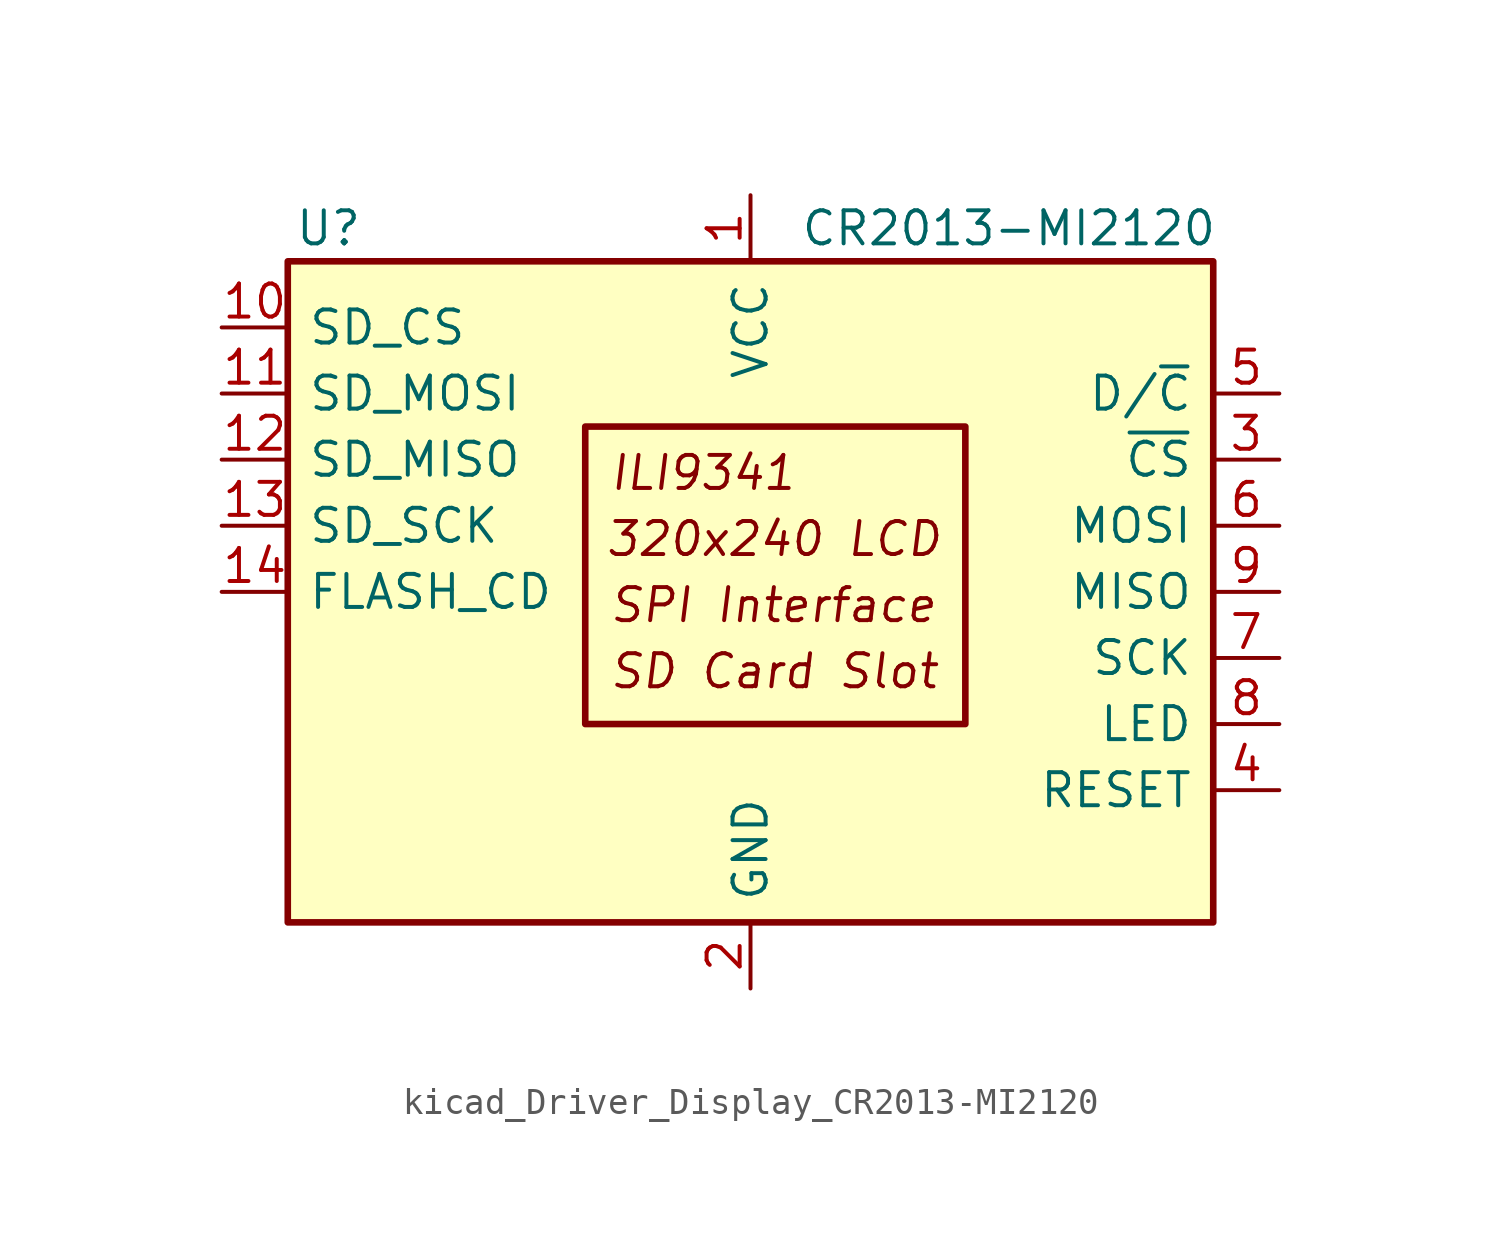
<source format=kicad_sym>
(kicad_symbol_lib
  (version 20220914)
  (generator kicad_symbol_editor)
  (symbol "kicad_Driver_Display_CR2013-MI2120"
    (pin_names
      (offset 0.762))
    (property "Reference" "U"
      (at -17.526 13.97 0)
      (effects (font (size 1.27 1.27)) (justify left)))
    (property "Value" "CR2013-MI2120"
      (at 1.905 13.97 0)
      (effects (font (size 1.27 1.27)) (justify left)))
    (symbol "kicad_Driver_Display_CR2013-MI2120_0_0"
      (text "320x240 LCD" (at 0.889 2.032 0) (effects (font (size 1.27 1.27) italic)))
      (text "ILI9341" (at -5.461 4.572 0) (effects (font (size 1.27 1.27) italic) (justify left)))
      (text "SD Card Slot" (at -5.461 -3.048 0) (effects (font (size 1.27 1.27) italic) (justify left)))
      (text "SPI Interface" (at -5.461 -0.508 0) (effects (font (size 1.27 1.27) italic) (justify left))))
    (symbol "kicad_Driver_Display_CR2013-MI2120_0_1"
      (rectangle (start -17.78 12.7) (end 17.78 -12.7) (stroke (width 0.254) (type default)) (fill (type background)))
      (rectangle (start -6.35 6.35) (end 8.255 -5.08) (stroke (width 0.254) (type default)) (fill (type none))))
    (symbol "kicad_Driver_Display_CR2013-MI2120_1_1"
      (pin power_in line (at 0 15.24 270) (length 2.54) (name "VCC" (effects (font (size 1.27 1.27)))) (number "1" (effects (font (size 1.27 1.27)))))
      (pin input line (at -20.32 10.16 0) (length 2.54) (name "SD_CS" (effects (font (size 1.27 1.27)))) (number "10" (effects (font (size 1.27 1.27)))))
      (pin input line (at -20.32 7.62 0) (length 2.54) (name "SD_MOSI" (effects (font (size 1.27 1.27)))) (number "11" (effects (font (size 1.27 1.27)))))
      (pin output line (at -20.32 5.08 0) (length 2.54) (name "SD_MISO" (effects (font (size 1.27 1.27)))) (number "12" (effects (font (size 1.27 1.27)))))
      (pin input line (at -20.32 2.54 0) (length 2.54) (name "SD_SCK" (effects (font (size 1.27 1.27)))) (number "13" (effects (font (size 1.27 1.27)))))
      (pin input line (at -20.32 0 0) (length 2.54) (name "FLASH_CD" (effects (font (size 1.27 1.27)))) (number "14" (effects (font (size 1.27 1.27)))))
      (pin power_in line (at 0 -15.24 90) (length 2.54) (name "GND" (effects (font (size 1.27 1.27)))) (number "2" (effects (font (size 1.27 1.27)))))
      (pin input line (at 20.32 5.08 180) (length 2.54) (name "~{CS}" (effects (font (size 1.27 1.27)))) (number "3" (effects (font (size 1.27 1.27)))))
      (pin input line (at 20.32 -7.62 180) (length 2.54) (name "RESET" (effects (font (size 1.27 1.27)))) (number "4" (effects (font (size 1.27 1.27)))))
      (pin input line (at 20.32 7.62 180) (length 2.54) (name "D/~{C}" (effects (font (size 1.27 1.27)))) (number "5" (effects (font (size 1.27 1.27)))))
      (pin input line (at 20.32 2.54 180) (length 2.54) (name "MOSI" (effects (font (size 1.27 1.27)))) (number "6" (effects (font (size 1.27 1.27)))))
      (pin input line (at 20.32 -2.54 180) (length 2.54) (name "SCK" (effects (font (size 1.27 1.27)))) (number "7" (effects (font (size 1.27 1.27)))))
      (pin input line (at 20.32 -5.08 180) (length 2.54) (name "LED" (effects (font (size 1.27 1.27)))) (number "8" (effects (font (size 1.27 1.27)))))
      (pin output line (at 20.32 0 180) (length 2.54) (name "MISO" (effects (font (size 1.27 1.27)))) (number "9" (effects (font (size 1.27 1.27))))))))
</source>
